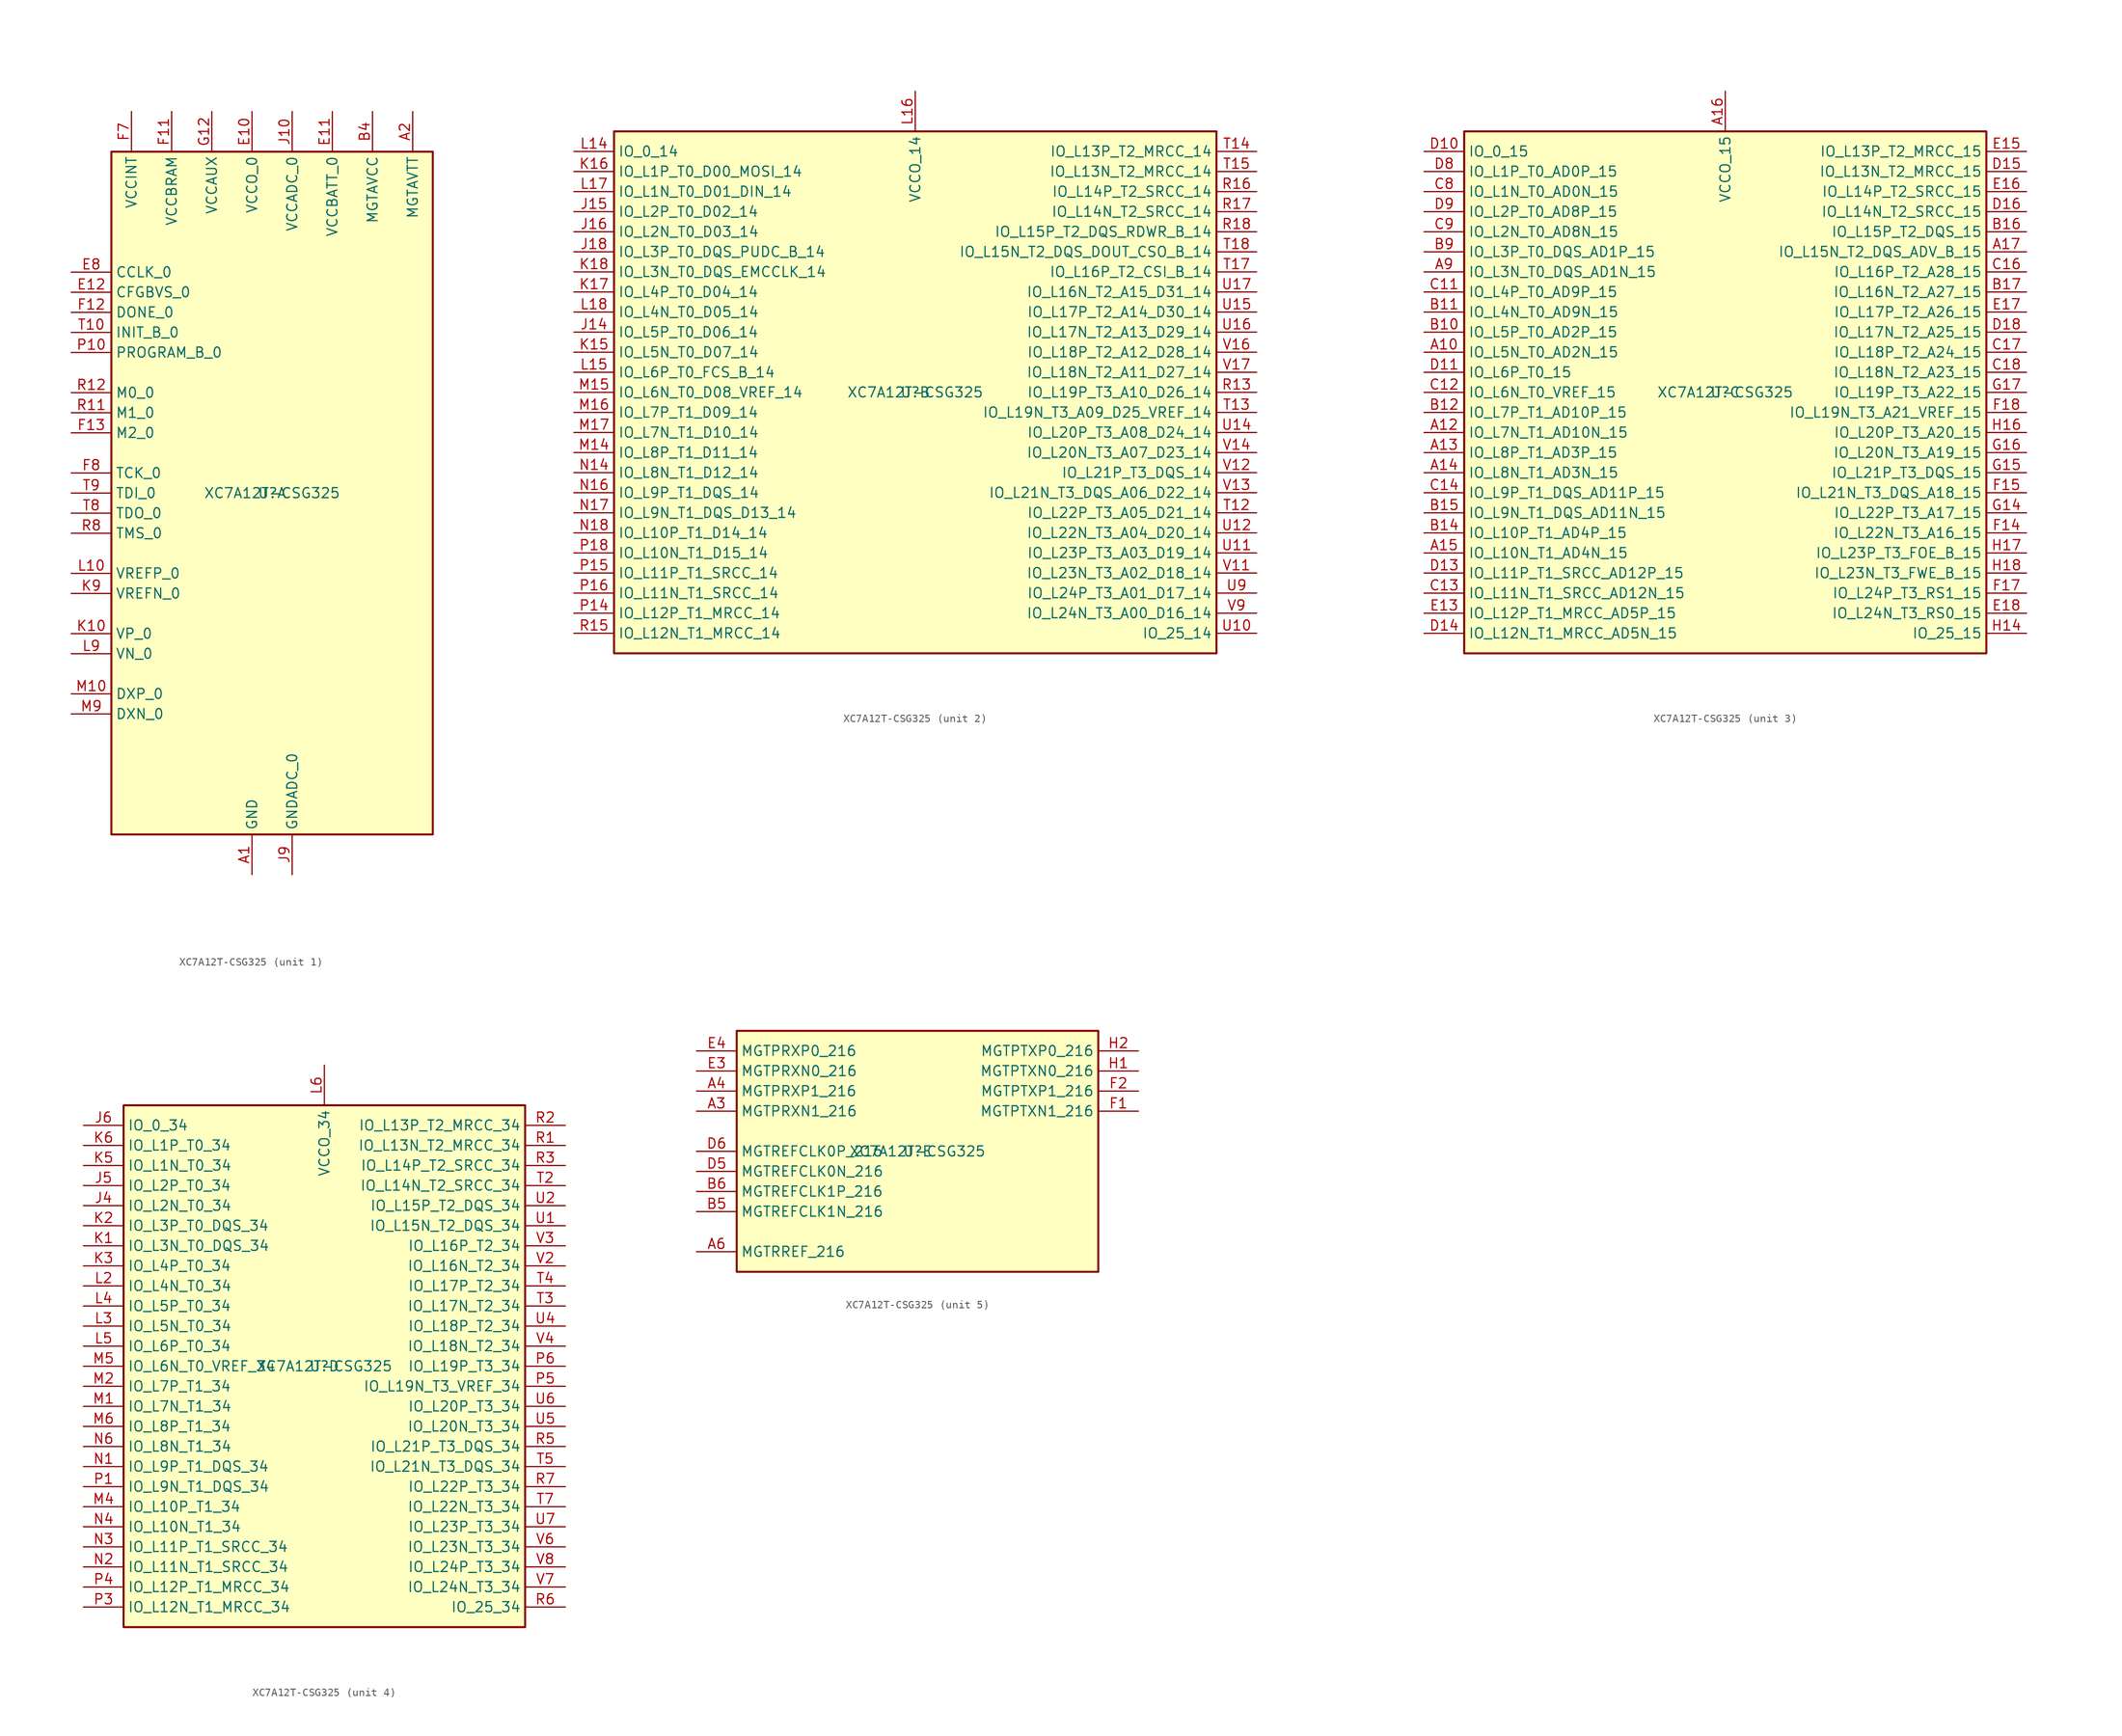
<source format=kicad_sym>
(kicad_symbol_lib
  (version 20211014)
  (generator kicad_symbol_editor)
  (symbol "XC7A12T-CSG325"
    (property "Reference" "U"
      (at 0 0 0)
      (effects (font (size 1.27 1.27))))
    (property "Value" "XC7A12T-CSG325"
      (at 0 0 0)
      (effects (font (size 1.27 1.27))))
    (property "ki_locked" ""
      (at 0 0 0)
      (effects (font (size 1.27 1.27))))
    (symbol "XC7A12T-CSG325_1_1"
      (rectangle (start -20.32 -43.18) (end 20.32 43.18) (stroke (width 0.254) (type default) (color 0 0 0 0)) (fill (type background)))
      (pin power_in line (at -2.54 -48.26 90) (length 5.08) (name "GND" (effects (font (size 1.27 1.27)))) (number "A1" (effects (font (size 1.27 1.27)))))
      (pin passive line (at -2.54 -48.26 90) (length 5.08) hide (name "GND" (effects (font (size 1.27 1.27)))) (number "A11" (effects (font (size 1.27 1.27)))))
      (pin passive line (at -2.54 -48.26 90) (length 5.08) hide (name "GND" (effects (font (size 1.27 1.27)))) (number "A18" (effects (font (size 1.27 1.27)))))
      (pin power_in line (at 17.78 48.26 270) (length 5.08) (name "MGTAVTT" (effects (font (size 1.27 1.27)))) (number "A2" (effects (font (size 1.27 1.27)))))
      (pin passive line (at -2.54 -48.26 90) (length 5.08) hide (name "GND" (effects (font (size 1.27 1.27)))) (number "A5" (effects (font (size 1.27 1.27)))))
      (pin passive line (at -2.54 -48.26 90) (length 5.08) hide (name "GND" (effects (font (size 1.27 1.27)))) (number "A7" (effects (font (size 1.27 1.27)))))
      (pin passive line (at -2.54 -48.26 90) (length 5.08) hide (name "GND" (effects (font (size 1.27 1.27)))) (number "A8" (effects (font (size 1.27 1.27)))))
      (pin passive line (at -2.54 -48.26 90) (length 5.08) hide (name "GND" (effects (font (size 1.27 1.27)))) (number "B18" (effects (font (size 1.27 1.27)))))
      (pin passive line (at -2.54 -48.26 90) (length 5.08) hide (name "GND" (effects (font (size 1.27 1.27)))) (number "B3" (effects (font (size 1.27 1.27)))))
      (pin power_in line (at 12.7 48.26 270) (length 5.08) (name "MGTAVCC" (effects (font (size 1.27 1.27)))) (number "B4" (effects (font (size 1.27 1.27)))))
      (pin passive line (at -2.54 -48.26 90) (length 5.08) hide (name "GND" (effects (font (size 1.27 1.27)))) (number "B7" (effects (font (size 1.27 1.27)))))
      (pin passive line (at -2.54 -48.26 90) (length 5.08) hide (name "GND" (effects (font (size 1.27 1.27)))) (number "B8" (effects (font (size 1.27 1.27)))))
      (pin passive line (at 17.78 48.26 270) (length 5.08) hide (name "MGTAVTT" (effects (font (size 1.27 1.27)))) (number "C1" (effects (font (size 1.27 1.27)))))
      (pin passive line (at -2.54 -48.26 90) (length 5.08) hide (name "GND" (effects (font (size 1.27 1.27)))) (number "C15" (effects (font (size 1.27 1.27)))))
      (pin passive line (at -2.54 -48.26 90) (length 5.08) hide (name "GND" (effects (font (size 1.27 1.27)))) (number "C2" (effects (font (size 1.27 1.27)))))
      (pin passive line (at 12.7 48.26 270) (length 5.08) hide (name "MGTAVCC" (effects (font (size 1.27 1.27)))) (number "C5" (effects (font (size 1.27 1.27)))))
      (pin passive line (at -2.54 -48.26 90) (length 5.08) hide (name "GND" (effects (font (size 1.27 1.27)))) (number "C6" (effects (font (size 1.27 1.27)))))
      (pin passive line (at -2.54 -48.26 90) (length 5.08) hide (name "GND" (effects (font (size 1.27 1.27)))) (number "C7" (effects (font (size 1.27 1.27)))))
      (pin passive line (at -2.54 -48.26 90) (length 5.08) hide (name "GND" (effects (font (size 1.27 1.27)))) (number "D12" (effects (font (size 1.27 1.27)))))
      (pin passive line (at -2.54 -48.26 90) (length 5.08) hide (name "GND" (effects (font (size 1.27 1.27)))) (number "D3" (effects (font (size 1.27 1.27)))))
      (pin passive line (at -2.54 -48.26 90) (length 5.08) hide (name "GND" (effects (font (size 1.27 1.27)))) (number "D4" (effects (font (size 1.27 1.27)))))
      (pin passive line (at -2.54 -48.26 90) (length 5.08) hide (name "GND" (effects (font (size 1.27 1.27)))) (number "D7" (effects (font (size 1.27 1.27)))))
      (pin passive line (at 17.78 48.26 270) (length 5.08) hide (name "MGTAVTT" (effects (font (size 1.27 1.27)))) (number "E1" (effects (font (size 1.27 1.27)))))
      (pin power_in line (at -2.54 48.26 270) (length 5.08) (name "VCCO_0" (effects (font (size 1.27 1.27)))) (number "E10" (effects (font (size 1.27 1.27)))))
      (pin power_in line (at 7.62 48.26 270) (length 5.08) (name "VCCBATT_0" (effects (font (size 1.27 1.27)))) (number "E11" (effects (font (size 1.27 1.27)))))
      (pin input line (at -25.4 25.4 0) (length 5.08) (name "CFGBVS_0" (effects (font (size 1.27 1.27)))) (number "E12" (effects (font (size 1.27 1.27)))))
      (pin passive line (at -2.54 -48.26 90) (length 5.08) hide (name "GND" (effects (font (size 1.27 1.27)))) (number "E2" (effects (font (size 1.27 1.27)))))
      (pin passive line (at 12.7 48.26 270) (length 5.08) hide (name "MGTAVCC" (effects (font (size 1.27 1.27)))) (number "E5" (effects (font (size 1.27 1.27)))))
      (pin passive line (at -2.54 -48.26 90) (length 5.08) hide (name "GND" (effects (font (size 1.27 1.27)))) (number "E6" (effects (font (size 1.27 1.27)))))
      (pin passive line (at -2.54 -48.26 90) (length 5.08) hide (name "GND" (effects (font (size 1.27 1.27)))) (number "E7" (effects (font (size 1.27 1.27)))))
      (pin bidirectional line (at -25.4 27.94 0) (length 5.08) (name "CCLK_0" (effects (font (size 1.27 1.27)))) (number "E8" (effects (font (size 1.27 1.27)))))
      (pin passive line (at -2.54 -48.26 90) (length 5.08) hide (name "GND" (effects (font (size 1.27 1.27)))) (number "E9" (effects (font (size 1.27 1.27)))))
      (pin passive line (at -2.54 -48.26 90) (length 5.08) hide (name "GND" (effects (font (size 1.27 1.27)))) (number "F10" (effects (font (size 1.27 1.27)))))
      (pin power_in line (at -12.7 48.26 270) (length 5.08) (name "VCCBRAM" (effects (font (size 1.27 1.27)))) (number "F11" (effects (font (size 1.27 1.27)))))
      (pin bidirectional line (at -25.4 22.86 0) (length 5.08) (name "DONE_0" (effects (font (size 1.27 1.27)))) (number "F12" (effects (font (size 1.27 1.27)))))
      (pin input line (at -25.4 7.62 0) (length 5.08) (name "M2_0" (effects (font (size 1.27 1.27)))) (number "F13" (effects (font (size 1.27 1.27)))))
      (pin passive line (at -2.54 -48.26 90) (length 5.08) hide (name "GND" (effects (font (size 1.27 1.27)))) (number "F16" (effects (font (size 1.27 1.27)))))
      (pin passive line (at 17.78 48.26 270) (length 5.08) hide (name "MGTAVTT" (effects (font (size 1.27 1.27)))) (number "F3" (effects (font (size 1.27 1.27)))))
      (pin passive line (at -2.54 -48.26 90) (length 5.08) hide (name "GND" (effects (font (size 1.27 1.27)))) (number "F4" (effects (font (size 1.27 1.27)))))
      (pin passive line (at 12.7 48.26 270) (length 5.08) hide (name "MGTAVCC" (effects (font (size 1.27 1.27)))) (number "F5" (effects (font (size 1.27 1.27)))))
      (pin passive line (at -2.54 -48.26 90) (length 5.08) hide (name "GND" (effects (font (size 1.27 1.27)))) (number "F6" (effects (font (size 1.27 1.27)))))
      (pin power_in line (at -17.78 48.26 270) (length 5.08) (name "VCCINT" (effects (font (size 1.27 1.27)))) (number "F7" (effects (font (size 1.27 1.27)))))
      (pin input line (at -25.4 2.54 0) (length 5.08) (name "TCK_0" (effects (font (size 1.27 1.27)))) (number "F8" (effects (font (size 1.27 1.27)))))
      (pin passive line (at -17.78 48.26 270) (length 5.08) hide (name "VCCINT" (effects (font (size 1.27 1.27)))) (number "F9" (effects (font (size 1.27 1.27)))))
      (pin passive line (at -2.54 -48.26 90) (length 5.08) hide (name "GND" (effects (font (size 1.27 1.27)))) (number "G1" (effects (font (size 1.27 1.27)))))
      (pin passive line (at -12.7 48.26 270) (length 5.08) hide (name "VCCBRAM" (effects (font (size 1.27 1.27)))) (number "G10" (effects (font (size 1.27 1.27)))))
      (pin passive line (at -2.54 -48.26 90) (length 5.08) hide (name "GND" (effects (font (size 1.27 1.27)))) (number "G11" (effects (font (size 1.27 1.27)))))
      (pin power_in line (at -7.62 48.26 270) (length 5.08) (name "VCCAUX" (effects (font (size 1.27 1.27)))) (number "G12" (effects (font (size 1.27 1.27)))))
      (pin passive line (at -2.54 -48.26 90) (length 5.08) hide (name "GND" (effects (font (size 1.27 1.27)))) (number "G13" (effects (font (size 1.27 1.27)))))
      (pin passive line (at 17.78 48.26 270) (length 5.08) hide (name "MGTAVTT" (effects (font (size 1.27 1.27)))) (number "G2" (effects (font (size 1.27 1.27)))))
      (pin passive line (at -2.54 -48.26 90) (length 5.08) hide (name "GND" (effects (font (size 1.27 1.27)))) (number "G5" (effects (font (size 1.27 1.27)))))
      (pin passive line (at -2.54 -48.26 90) (length 5.08) hide (name "GND" (effects (font (size 1.27 1.27)))) (number "G6" (effects (font (size 1.27 1.27)))))
      (pin passive line (at -2.54 -48.26 90) (length 5.08) hide (name "GND" (effects (font (size 1.27 1.27)))) (number "G7" (effects (font (size 1.27 1.27)))))
      (pin passive line (at -17.78 48.26 270) (length 5.08) hide (name "VCCINT" (effects (font (size 1.27 1.27)))) (number "G8" (effects (font (size 1.27 1.27)))))
      (pin passive line (at -2.54 -48.26 90) (length 5.08) hide (name "GND" (effects (font (size 1.27 1.27)))) (number "G9" (effects (font (size 1.27 1.27)))))
      (pin passive line (at -2.54 -48.26 90) (length 5.08) hide (name "GND" (effects (font (size 1.27 1.27)))) (number "H10" (effects (font (size 1.27 1.27)))))
      (pin passive line (at -12.7 48.26 270) (length 5.08) hide (name "VCCBRAM" (effects (font (size 1.27 1.27)))) (number "H11" (effects (font (size 1.27 1.27)))))
      (pin passive line (at -2.54 -48.26 90) (length 5.08) hide (name "GND" (effects (font (size 1.27 1.27)))) (number "H12" (effects (font (size 1.27 1.27)))))
      (pin passive line (at -7.62 48.26 270) (length 5.08) hide (name "VCCAUX" (effects (font (size 1.27 1.27)))) (number "H13" (effects (font (size 1.27 1.27)))))
      (pin passive line (at -2.54 -48.26 90) (length 5.08) hide (name "GND" (effects (font (size 1.27 1.27)))) (number "H3" (effects (font (size 1.27 1.27)))))
      (pin passive line (at -2.54 -48.26 90) (length 5.08) hide (name "GND" (effects (font (size 1.27 1.27)))) (number "H4" (effects (font (size 1.27 1.27)))))
      (pin passive line (at -2.54 -48.26 90) (length 5.08) hide (name "GND" (effects (font (size 1.27 1.27)))) (number "H5" (effects (font (size 1.27 1.27)))))
      (pin passive line (at -2.54 -48.26 90) (length 5.08) hide (name "GND" (effects (font (size 1.27 1.27)))) (number "H6" (effects (font (size 1.27 1.27)))))
      (pin passive line (at -17.78 48.26 270) (length 5.08) hide (name "VCCINT" (effects (font (size 1.27 1.27)))) (number "H7" (effects (font (size 1.27 1.27)))))
      (pin passive line (at -2.54 -48.26 90) (length 5.08) hide (name "GND" (effects (font (size 1.27 1.27)))) (number "H8" (effects (font (size 1.27 1.27)))))
      (pin passive line (at -17.78 48.26 270) (length 5.08) hide (name "VCCINT" (effects (font (size 1.27 1.27)))) (number "H9" (effects (font (size 1.27 1.27)))))
      (pin passive line (at -2.54 -48.26 90) (length 5.08) hide (name "GND" (effects (font (size 1.27 1.27)))) (number "J1" (effects (font (size 1.27 1.27)))))
      (pin power_in line (at 2.54 48.26 270) (length 5.08) (name "VCCADC_0" (effects (font (size 1.27 1.27)))) (number "J10" (effects (font (size 1.27 1.27)))))
      (pin passive line (at -2.54 -48.26 90) (length 5.08) hide (name "GND" (effects (font (size 1.27 1.27)))) (number "J11" (effects (font (size 1.27 1.27)))))
      (pin passive line (at -17.78 48.26 270) (length 5.08) hide (name "VCCINT" (effects (font (size 1.27 1.27)))) (number "J12" (effects (font (size 1.27 1.27)))))
      (pin passive line (at -2.54 -48.26 90) (length 5.08) hide (name "GND" (effects (font (size 1.27 1.27)))) (number "J13" (effects (font (size 1.27 1.27)))))
      (pin passive line (at -2.54 -48.26 90) (length 5.08) hide (name "GND" (effects (font (size 1.27 1.27)))) (number "J17" (effects (font (size 1.27 1.27)))))
      (pin passive line (at -2.54 -48.26 90) (length 5.08) hide (name "GND" (effects (font (size 1.27 1.27)))) (number "J2" (effects (font (size 1.27 1.27)))))
      (pin passive line (at -2.54 -48.26 90) (length 5.08) hide (name "GND" (effects (font (size 1.27 1.27)))) (number "J3" (effects (font (size 1.27 1.27)))))
      (pin passive line (at -2.54 -48.26 90) (length 5.08) hide (name "GND" (effects (font (size 1.27 1.27)))) (number "J7" (effects (font (size 1.27 1.27)))))
      (pin passive line (at -17.78 48.26 270) (length 5.08) hide (name "VCCINT" (effects (font (size 1.27 1.27)))) (number "J8" (effects (font (size 1.27 1.27)))))
      (pin power_in line (at 2.54 -48.26 90) (length 5.08) (name "GNDADC_0" (effects (font (size 1.27 1.27)))) (number "J9" (effects (font (size 1.27 1.27)))))
      (pin input line (at -25.4 -17.78 0) (length 5.08) (name "VP_0" (effects (font (size 1.27 1.27)))) (number "K10" (effects (font (size 1.27 1.27)))))
      (pin passive line (at -17.78 48.26 270) (length 5.08) hide (name "VCCINT" (effects (font (size 1.27 1.27)))) (number "K11" (effects (font (size 1.27 1.27)))))
      (pin passive line (at -2.54 -48.26 90) (length 5.08) hide (name "GND" (effects (font (size 1.27 1.27)))) (number "K12" (effects (font (size 1.27 1.27)))))
      (pin passive line (at -7.62 48.26 270) (length 5.08) hide (name "VCCAUX" (effects (font (size 1.27 1.27)))) (number "K13" (effects (font (size 1.27 1.27)))))
      (pin passive line (at -2.54 -48.26 90) (length 5.08) hide (name "GND" (effects (font (size 1.27 1.27)))) (number "K14" (effects (font (size 1.27 1.27)))))
      (pin passive line (at -2.54 -48.26 90) (length 5.08) hide (name "GND" (effects (font (size 1.27 1.27)))) (number "K4" (effects (font (size 1.27 1.27)))))
      (pin passive line (at -17.78 48.26 270) (length 5.08) hide (name "VCCINT" (effects (font (size 1.27 1.27)))) (number "K7" (effects (font (size 1.27 1.27)))))
      (pin passive line (at -2.54 -48.26 90) (length 5.08) hide (name "GND" (effects (font (size 1.27 1.27)))) (number "K8" (effects (font (size 1.27 1.27)))))
      (pin passive line (at -25.4 -12.7 0) (length 5.08) (name "VREFN_0" (effects (font (size 1.27 1.27)))) (number "K9" (effects (font (size 1.27 1.27)))))
      (pin passive line (at -2.54 -48.26 90) (length 5.08) hide (name "GND" (effects (font (size 1.27 1.27)))) (number "L1" (effects (font (size 1.27 1.27)))))
      (pin passive line (at -25.4 -10.16 0) (length 5.08) (name "VREFP_0" (effects (font (size 1.27 1.27)))) (number "L10" (effects (font (size 1.27 1.27)))))
      (pin passive line (at -2.54 -48.26 90) (length 5.08) hide (name "GND" (effects (font (size 1.27 1.27)))) (number "L11" (effects (font (size 1.27 1.27)))))
      (pin passive line (at -17.78 48.26 270) (length 5.08) hide (name "VCCINT" (effects (font (size 1.27 1.27)))) (number "L12" (effects (font (size 1.27 1.27)))))
      (pin passive line (at -2.54 -48.26 90) (length 5.08) hide (name "GND" (effects (font (size 1.27 1.27)))) (number "L13" (effects (font (size 1.27 1.27)))))
      (pin passive line (at -2.54 -48.26 90) (length 5.08) hide (name "GND" (effects (font (size 1.27 1.27)))) (number "L7" (effects (font (size 1.27 1.27)))))
      (pin passive line (at -17.78 48.26 270) (length 5.08) hide (name "VCCINT" (effects (font (size 1.27 1.27)))) (number "L8" (effects (font (size 1.27 1.27)))))
      (pin input line (at -25.4 -20.32 0) (length 5.08) (name "VN_0" (effects (font (size 1.27 1.27)))) (number "L9" (effects (font (size 1.27 1.27)))))
      (pin passive line (at -25.4 -25.4 0) (length 5.08) (name "DXP_0" (effects (font (size 1.27 1.27)))) (number "M10" (effects (font (size 1.27 1.27)))))
      (pin passive line (at -17.78 48.26 270) (length 5.08) hide (name "VCCINT" (effects (font (size 1.27 1.27)))) (number "M11" (effects (font (size 1.27 1.27)))))
      (pin passive line (at -2.54 -48.26 90) (length 5.08) hide (name "GND" (effects (font (size 1.27 1.27)))) (number "M12" (effects (font (size 1.27 1.27)))))
      (pin passive line (at -7.62 48.26 270) (length 5.08) hide (name "VCCAUX" (effects (font (size 1.27 1.27)))) (number "M13" (effects (font (size 1.27 1.27)))))
      (pin passive line (at -2.54 -48.26 90) (length 5.08) hide (name "GND" (effects (font (size 1.27 1.27)))) (number "M18" (effects (font (size 1.27 1.27)))))
      (pin passive line (at -17.78 48.26 270) (length 5.08) hide (name "VCCINT" (effects (font (size 1.27 1.27)))) (number "M7" (effects (font (size 1.27 1.27)))))
      (pin passive line (at -2.54 -48.26 90) (length 5.08) hide (name "GND" (effects (font (size 1.27 1.27)))) (number "M8" (effects (font (size 1.27 1.27)))))
      (pin passive line (at -25.4 -27.94 0) (length 5.08) (name "DXN_0" (effects (font (size 1.27 1.27)))) (number "M9" (effects (font (size 1.27 1.27)))))
      (pin passive line (at -17.78 48.26 270) (length 5.08) hide (name "VCCINT" (effects (font (size 1.27 1.27)))) (number "N10" (effects (font (size 1.27 1.27)))))
      (pin passive line (at -2.54 -48.26 90) (length 5.08) hide (name "GND" (effects (font (size 1.27 1.27)))) (number "N11" (effects (font (size 1.27 1.27)))))
      (pin passive line (at -17.78 48.26 270) (length 5.08) hide (name "VCCINT" (effects (font (size 1.27 1.27)))) (number "N12" (effects (font (size 1.27 1.27)))))
      (pin passive line (at -2.54 -48.26 90) (length 5.08) hide (name "GND" (effects (font (size 1.27 1.27)))) (number "N13" (effects (font (size 1.27 1.27)))))
      (pin passive line (at -2.54 -48.26 90) (length 5.08) hide (name "GND" (effects (font (size 1.27 1.27)))) (number "N15" (effects (font (size 1.27 1.27)))))
      (pin passive line (at -2.54 -48.26 90) (length 5.08) hide (name "GND" (effects (font (size 1.27 1.27)))) (number "N5" (effects (font (size 1.27 1.27)))))
      (pin passive line (at -2.54 -48.26 90) (length 5.08) hide (name "GND" (effects (font (size 1.27 1.27)))) (number "N7" (effects (font (size 1.27 1.27)))))
      (pin passive line (at -17.78 48.26 270) (length 5.08) hide (name "VCCINT" (effects (font (size 1.27 1.27)))) (number "N8" (effects (font (size 1.27 1.27)))))
      (pin passive line (at -2.54 -48.26 90) (length 5.08) hide (name "GND" (effects (font (size 1.27 1.27)))) (number "N9" (effects (font (size 1.27 1.27)))))
      (pin input line (at -25.4 17.78 0) (length 5.08) (name "PROGRAM_B_0" (effects (font (size 1.27 1.27)))) (number "P10" (effects (font (size 1.27 1.27)))))
      (pin passive line (at -17.78 48.26 270) (length 5.08) hide (name "VCCINT" (effects (font (size 1.27 1.27)))) (number "P11" (effects (font (size 1.27 1.27)))))
      (pin passive line (at -2.54 -48.26 90) (length 5.08) hide (name "GND" (effects (font (size 1.27 1.27)))) (number "P12" (effects (font (size 1.27 1.27)))))
      (pin passive line (at -7.62 48.26 270) (length 5.08) hide (name "VCCAUX" (effects (font (size 1.27 1.27)))) (number "P13" (effects (font (size 1.27 1.27)))))
      (pin passive line (at -2.54 -48.26 90) (length 5.08) hide (name "GND" (effects (font (size 1.27 1.27)))) (number "P2" (effects (font (size 1.27 1.27)))))
      (pin passive line (at -2.54 -48.26 90) (length 5.08) hide (name "GND" (effects (font (size 1.27 1.27)))) (number "P8" (effects (font (size 1.27 1.27)))))
      (pin passive line (at -17.78 48.26 270) (length 5.08) hide (name "VCCINT" (effects (font (size 1.27 1.27)))) (number "P9" (effects (font (size 1.27 1.27)))))
      (pin passive line (at -2.54 48.26 270) (length 5.08) hide (name "VCCO_0" (effects (font (size 1.27 1.27)))) (number "R10" (effects (font (size 1.27 1.27)))))
      (pin input line (at -25.4 10.16 0) (length 5.08) (name "M1_0" (effects (font (size 1.27 1.27)))) (number "R11" (effects (font (size 1.27 1.27)))))
      (pin input line (at -25.4 12.7 0) (length 5.08) (name "M0_0" (effects (font (size 1.27 1.27)))) (number "R12" (effects (font (size 1.27 1.27)))))
      (pin input line (at -25.4 -5.08 0) (length 5.08) (name "TMS_0" (effects (font (size 1.27 1.27)))) (number "R8" (effects (font (size 1.27 1.27)))))
      (pin passive line (at -2.54 -48.26 90) (length 5.08) hide (name "GND" (effects (font (size 1.27 1.27)))) (number "R9" (effects (font (size 1.27 1.27)))))
      (pin open_collector line (at -25.4 20.32 0) (length 5.08) (name "INIT_B_0" (effects (font (size 1.27 1.27)))) (number "T10" (effects (font (size 1.27 1.27)))))
      (pin passive line (at -2.54 -48.26 90) (length 5.08) hide (name "GND" (effects (font (size 1.27 1.27)))) (number "T16" (effects (font (size 1.27 1.27)))))
      (pin passive line (at -2.54 -48.26 90) (length 5.08) hide (name "GND" (effects (font (size 1.27 1.27)))) (number "T6" (effects (font (size 1.27 1.27)))))
      (pin output line (at -25.4 -2.54 0) (length 5.08) (name "TDO_0" (effects (font (size 1.27 1.27)))) (number "T8" (effects (font (size 1.27 1.27)))))
      (pin input line (at -25.4 0 0) (length 5.08) (name "TDI_0" (effects (font (size 1.27 1.27)))) (number "T9" (effects (font (size 1.27 1.27)))))
      (pin passive line (at -2.54 -48.26 90) (length 5.08) hide (name "GND" (effects (font (size 1.27 1.27)))) (number "U13" (effects (font (size 1.27 1.27)))))
      (pin passive line (at -2.54 -48.26 90) (length 5.08) hide (name "GND" (effects (font (size 1.27 1.27)))) (number "U3" (effects (font (size 1.27 1.27)))))
      (pin passive line (at -2.54 -48.26 90) (length 5.08) hide (name "GND" (effects (font (size 1.27 1.27)))) (number "V1" (effects (font (size 1.27 1.27)))))
      (pin passive line (at -2.54 -48.26 90) (length 5.08) hide (name "GND" (effects (font (size 1.27 1.27)))) (number "V10" (effects (font (size 1.27 1.27)))))
      (pin passive line (at -2.54 -48.26 90) (length 5.08) hide (name "GND" (effects (font (size 1.27 1.27)))) (number "V18" (effects (font (size 1.27 1.27))))))
    (symbol "XC7A12T-CSG325_2_1"
      (rectangle (start -38.1 -33.02) (end 38.1 33.02) (stroke (width 0.254) (type default) (color 0 0 0 0)) (fill (type background)))
      (pin bidirectional line (at -43.18 7.62 0) (length 5.08) (name "IO_L5P_T0_D06_14" (effects (font (size 1.27 1.27)))) (number "J14" (effects (font (size 1.27 1.27)))))
      (pin bidirectional line (at -43.18 22.86 0) (length 5.08) (name "IO_L2P_T0_D02_14" (effects (font (size 1.27 1.27)))) (number "J15" (effects (font (size 1.27 1.27)))))
      (pin bidirectional line (at -43.18 20.32 0) (length 5.08) (name "IO_L2N_T0_D03_14" (effects (font (size 1.27 1.27)))) (number "J16" (effects (font (size 1.27 1.27)))))
      (pin bidirectional line (at -43.18 17.78 0) (length 5.08) (name "IO_L3P_T0_DQS_PUDC_B_14" (effects (font (size 1.27 1.27)))) (number "J18" (effects (font (size 1.27 1.27)))))
      (pin bidirectional line (at -43.18 5.08 0) (length 5.08) (name "IO_L5N_T0_D07_14" (effects (font (size 1.27 1.27)))) (number "K15" (effects (font (size 1.27 1.27)))))
      (pin bidirectional line (at -43.18 27.94 0) (length 5.08) (name "IO_L1P_T0_D00_MOSI_14" (effects (font (size 1.27 1.27)))) (number "K16" (effects (font (size 1.27 1.27)))))
      (pin bidirectional line (at -43.18 12.7 0) (length 5.08) (name "IO_L4P_T0_D04_14" (effects (font (size 1.27 1.27)))) (number "K17" (effects (font (size 1.27 1.27)))))
      (pin bidirectional line (at -43.18 15.24 0) (length 5.08) (name "IO_L3N_T0_DQS_EMCCLK_14" (effects (font (size 1.27 1.27)))) (number "K18" (effects (font (size 1.27 1.27)))))
      (pin bidirectional line (at -43.18 30.48 0) (length 5.08) (name "IO_0_14" (effects (font (size 1.27 1.27)))) (number "L14" (effects (font (size 1.27 1.27)))))
      (pin bidirectional line (at -43.18 2.54 0) (length 5.08) (name "IO_L6P_T0_FCS_B_14" (effects (font (size 1.27 1.27)))) (number "L15" (effects (font (size 1.27 1.27)))))
      (pin power_in line (at 0 38.1 270) (length 5.08) (name "VCCO_14" (effects (font (size 1.27 1.27)))) (number "L16" (effects (font (size 1.27 1.27)))))
      (pin bidirectional line (at -43.18 25.4 0) (length 5.08) (name "IO_L1N_T0_D01_DIN_14" (effects (font (size 1.27 1.27)))) (number "L17" (effects (font (size 1.27 1.27)))))
      (pin bidirectional line (at -43.18 10.16 0) (length 5.08) (name "IO_L4N_T0_D05_14" (effects (font (size 1.27 1.27)))) (number "L18" (effects (font (size 1.27 1.27)))))
      (pin bidirectional line (at -43.18 -7.62 0) (length 5.08) (name "IO_L8P_T1_D11_14" (effects (font (size 1.27 1.27)))) (number "M14" (effects (font (size 1.27 1.27)))))
      (pin bidirectional line (at -43.18 0 0) (length 5.08) (name "IO_L6N_T0_D08_VREF_14" (effects (font (size 1.27 1.27)))) (number "M15" (effects (font (size 1.27 1.27)))))
      (pin bidirectional line (at -43.18 -2.54 0) (length 5.08) (name "IO_L7P_T1_D09_14" (effects (font (size 1.27 1.27)))) (number "M16" (effects (font (size 1.27 1.27)))))
      (pin bidirectional line (at -43.18 -5.08 0) (length 5.08) (name "IO_L7N_T1_D10_14" (effects (font (size 1.27 1.27)))) (number "M17" (effects (font (size 1.27 1.27)))))
      (pin bidirectional line (at -43.18 -10.16 0) (length 5.08) (name "IO_L8N_T1_D12_14" (effects (font (size 1.27 1.27)))) (number "N14" (effects (font (size 1.27 1.27)))))
      (pin bidirectional line (at -43.18 -12.7 0) (length 5.08) (name "IO_L9P_T1_DQS_14" (effects (font (size 1.27 1.27)))) (number "N16" (effects (font (size 1.27 1.27)))))
      (pin bidirectional line (at -43.18 -15.24 0) (length 5.08) (name "IO_L9N_T1_DQS_D13_14" (effects (font (size 1.27 1.27)))) (number "N17" (effects (font (size 1.27 1.27)))))
      (pin bidirectional line (at -43.18 -17.78 0) (length 5.08) (name "IO_L10P_T1_D14_14" (effects (font (size 1.27 1.27)))) (number "N18" (effects (font (size 1.27 1.27)))))
      (pin bidirectional line (at -43.18 -27.94 0) (length 5.08) (name "IO_L12P_T1_MRCC_14" (effects (font (size 1.27 1.27)))) (number "P14" (effects (font (size 1.27 1.27)))))
      (pin bidirectional line (at -43.18 -22.86 0) (length 5.08) (name "IO_L11P_T1_SRCC_14" (effects (font (size 1.27 1.27)))) (number "P15" (effects (font (size 1.27 1.27)))))
      (pin bidirectional line (at -43.18 -25.4 0) (length 5.08) (name "IO_L11N_T1_SRCC_14" (effects (font (size 1.27 1.27)))) (number "P16" (effects (font (size 1.27 1.27)))))
      (pin passive line (at 0 38.1 270) (length 5.08) hide (name "VCCO_14" (effects (font (size 1.27 1.27)))) (number "P17" (effects (font (size 1.27 1.27)))))
      (pin bidirectional line (at -43.18 -20.32 0) (length 5.08) (name "IO_L10N_T1_D15_14" (effects (font (size 1.27 1.27)))) (number "P18" (effects (font (size 1.27 1.27)))))
      (pin bidirectional line (at 43.18 0 180) (length 5.08) (name "IO_L19P_T3_A10_D26_14" (effects (font (size 1.27 1.27)))) (number "R13" (effects (font (size 1.27 1.27)))))
      (pin passive line (at 0 38.1 270) (length 5.08) hide (name "VCCO_14" (effects (font (size 1.27 1.27)))) (number "R14" (effects (font (size 1.27 1.27)))))
      (pin bidirectional line (at -43.18 -30.48 0) (length 5.08) (name "IO_L12N_T1_MRCC_14" (effects (font (size 1.27 1.27)))) (number "R15" (effects (font (size 1.27 1.27)))))
      (pin bidirectional line (at 43.18 25.4 180) (length 5.08) (name "IO_L14P_T2_SRCC_14" (effects (font (size 1.27 1.27)))) (number "R16" (effects (font (size 1.27 1.27)))))
      (pin bidirectional line (at 43.18 22.86 180) (length 5.08) (name "IO_L14N_T2_SRCC_14" (effects (font (size 1.27 1.27)))) (number "R17" (effects (font (size 1.27 1.27)))))
      (pin bidirectional line (at 43.18 20.32 180) (length 5.08) (name "IO_L15P_T2_DQS_RDWR_B_14" (effects (font (size 1.27 1.27)))) (number "R18" (effects (font (size 1.27 1.27)))))
      (pin passive line (at 0 38.1 270) (length 5.08) hide (name "VCCO_14" (effects (font (size 1.27 1.27)))) (number "T11" (effects (font (size 1.27 1.27)))))
      (pin bidirectional line (at 43.18 -15.24 180) (length 5.08) (name "IO_L22P_T3_A05_D21_14" (effects (font (size 1.27 1.27)))) (number "T12" (effects (font (size 1.27 1.27)))))
      (pin bidirectional line (at 43.18 -2.54 180) (length 5.08) (name "IO_L19N_T3_A09_D25_VREF_14" (effects (font (size 1.27 1.27)))) (number "T13" (effects (font (size 1.27 1.27)))))
      (pin bidirectional line (at 43.18 30.48 180) (length 5.08) (name "IO_L13P_T2_MRCC_14" (effects (font (size 1.27 1.27)))) (number "T14" (effects (font (size 1.27 1.27)))))
      (pin bidirectional line (at 43.18 27.94 180) (length 5.08) (name "IO_L13N_T2_MRCC_14" (effects (font (size 1.27 1.27)))) (number "T15" (effects (font (size 1.27 1.27)))))
      (pin bidirectional line (at 43.18 15.24 180) (length 5.08) (name "IO_L16P_T2_CSI_B_14" (effects (font (size 1.27 1.27)))) (number "T17" (effects (font (size 1.27 1.27)))))
      (pin bidirectional line (at 43.18 17.78 180) (length 5.08) (name "IO_L15N_T2_DQS_DOUT_CSO_B_14" (effects (font (size 1.27 1.27)))) (number "T18" (effects (font (size 1.27 1.27)))))
      (pin bidirectional line (at 43.18 -30.48 180) (length 5.08) (name "IO_25_14" (effects (font (size 1.27 1.27)))) (number "U10" (effects (font (size 1.27 1.27)))))
      (pin bidirectional line (at 43.18 -20.32 180) (length 5.08) (name "IO_L23P_T3_A03_D19_14" (effects (font (size 1.27 1.27)))) (number "U11" (effects (font (size 1.27 1.27)))))
      (pin bidirectional line (at 43.18 -17.78 180) (length 5.08) (name "IO_L22N_T3_A04_D20_14" (effects (font (size 1.27 1.27)))) (number "U12" (effects (font (size 1.27 1.27)))))
      (pin bidirectional line (at 43.18 -5.08 180) (length 5.08) (name "IO_L20P_T3_A08_D24_14" (effects (font (size 1.27 1.27)))) (number "U14" (effects (font (size 1.27 1.27)))))
      (pin bidirectional line (at 43.18 10.16 180) (length 5.08) (name "IO_L17P_T2_A14_D30_14" (effects (font (size 1.27 1.27)))) (number "U15" (effects (font (size 1.27 1.27)))))
      (pin bidirectional line (at 43.18 7.62 180) (length 5.08) (name "IO_L17N_T2_A13_D29_14" (effects (font (size 1.27 1.27)))) (number "U16" (effects (font (size 1.27 1.27)))))
      (pin bidirectional line (at 43.18 12.7 180) (length 5.08) (name "IO_L16N_T2_A15_D31_14" (effects (font (size 1.27 1.27)))) (number "U17" (effects (font (size 1.27 1.27)))))
      (pin passive line (at 0 38.1 270) (length 5.08) hide (name "VCCO_14" (effects (font (size 1.27 1.27)))) (number "U18" (effects (font (size 1.27 1.27)))))
      (pin passive line (at 0 38.1 270) (length 5.08) hide (name "VCCO_14" (effects (font (size 1.27 1.27)))) (number "U8" (effects (font (size 1.27 1.27)))))
      (pin bidirectional line (at 43.18 -25.4 180) (length 5.08) (name "IO_L24P_T3_A01_D17_14" (effects (font (size 1.27 1.27)))) (number "U9" (effects (font (size 1.27 1.27)))))
      (pin bidirectional line (at 43.18 -22.86 180) (length 5.08) (name "IO_L23N_T3_A02_D18_14" (effects (font (size 1.27 1.27)))) (number "V11" (effects (font (size 1.27 1.27)))))
      (pin bidirectional line (at 43.18 -10.16 180) (length 5.08) (name "IO_L21P_T3_DQS_14" (effects (font (size 1.27 1.27)))) (number "V12" (effects (font (size 1.27 1.27)))))
      (pin bidirectional line (at 43.18 -12.7 180) (length 5.08) (name "IO_L21N_T3_DQS_A06_D22_14" (effects (font (size 1.27 1.27)))) (number "V13" (effects (font (size 1.27 1.27)))))
      (pin bidirectional line (at 43.18 -7.62 180) (length 5.08) (name "IO_L20N_T3_A07_D23_14" (effects (font (size 1.27 1.27)))) (number "V14" (effects (font (size 1.27 1.27)))))
      (pin passive line (at 0 38.1 270) (length 5.08) hide (name "VCCO_14" (effects (font (size 1.27 1.27)))) (number "V15" (effects (font (size 1.27 1.27)))))
      (pin bidirectional line (at 43.18 5.08 180) (length 5.08) (name "IO_L18P_T2_A12_D28_14" (effects (font (size 1.27 1.27)))) (number "V16" (effects (font (size 1.27 1.27)))))
      (pin bidirectional line (at 43.18 2.54 180) (length 5.08) (name "IO_L18N_T2_A11_D27_14" (effects (font (size 1.27 1.27)))) (number "V17" (effects (font (size 1.27 1.27)))))
      (pin bidirectional line (at 43.18 -27.94 180) (length 5.08) (name "IO_L24N_T3_A00_D16_14" (effects (font (size 1.27 1.27)))) (number "V9" (effects (font (size 1.27 1.27))))))
    (symbol "XC7A12T-CSG325_3_1"
      (rectangle (start -33.02 -33.02) (end 33.02 33.02) (stroke (width 0.254) (type default) (color 0 0 0 0)) (fill (type background)))
      (pin bidirectional line (at -38.1 5.08 0) (length 5.08) (name "IO_L5N_T0_AD2N_15" (effects (font (size 1.27 1.27)))) (number "A10" (effects (font (size 1.27 1.27)))))
      (pin bidirectional line (at -38.1 -5.08 0) (length 5.08) (name "IO_L7N_T1_AD10N_15" (effects (font (size 1.27 1.27)))) (number "A12" (effects (font (size 1.27 1.27)))))
      (pin bidirectional line (at -38.1 -7.62 0) (length 5.08) (name "IO_L8P_T1_AD3P_15" (effects (font (size 1.27 1.27)))) (number "A13" (effects (font (size 1.27 1.27)))))
      (pin bidirectional line (at -38.1 -10.16 0) (length 5.08) (name "IO_L8N_T1_AD3N_15" (effects (font (size 1.27 1.27)))) (number "A14" (effects (font (size 1.27 1.27)))))
      (pin bidirectional line (at -38.1 -20.32 0) (length 5.08) (name "IO_L10N_T1_AD4N_15" (effects (font (size 1.27 1.27)))) (number "A15" (effects (font (size 1.27 1.27)))))
      (pin power_in line (at 0 38.1 270) (length 5.08) (name "VCCO_15" (effects (font (size 1.27 1.27)))) (number "A16" (effects (font (size 1.27 1.27)))))
      (pin bidirectional line (at 38.1 17.78 180) (length 5.08) (name "IO_L15N_T2_DQS_ADV_B_15" (effects (font (size 1.27 1.27)))) (number "A17" (effects (font (size 1.27 1.27)))))
      (pin bidirectional line (at -38.1 15.24 0) (length 5.08) (name "IO_L3N_T0_DQS_AD1N_15" (effects (font (size 1.27 1.27)))) (number "A9" (effects (font (size 1.27 1.27)))))
      (pin bidirectional line (at -38.1 7.62 0) (length 5.08) (name "IO_L5P_T0_AD2P_15" (effects (font (size 1.27 1.27)))) (number "B10" (effects (font (size 1.27 1.27)))))
      (pin bidirectional line (at -38.1 10.16 0) (length 5.08) (name "IO_L4N_T0_AD9N_15" (effects (font (size 1.27 1.27)))) (number "B11" (effects (font (size 1.27 1.27)))))
      (pin bidirectional line (at -38.1 -2.54 0) (length 5.08) (name "IO_L7P_T1_AD10P_15" (effects (font (size 1.27 1.27)))) (number "B12" (effects (font (size 1.27 1.27)))))
      (pin passive line (at 0 38.1 270) (length 5.08) hide (name "VCCO_15" (effects (font (size 1.27 1.27)))) (number "B13" (effects (font (size 1.27 1.27)))))
      (pin bidirectional line (at -38.1 -17.78 0) (length 5.08) (name "IO_L10P_T1_AD4P_15" (effects (font (size 1.27 1.27)))) (number "B14" (effects (font (size 1.27 1.27)))))
      (pin bidirectional line (at -38.1 -15.24 0) (length 5.08) (name "IO_L9N_T1_DQS_AD11N_15" (effects (font (size 1.27 1.27)))) (number "B15" (effects (font (size 1.27 1.27)))))
      (pin bidirectional line (at 38.1 20.32 180) (length 5.08) (name "IO_L15P_T2_DQS_15" (effects (font (size 1.27 1.27)))) (number "B16" (effects (font (size 1.27 1.27)))))
      (pin bidirectional line (at 38.1 12.7 180) (length 5.08) (name "IO_L16N_T2_A27_15" (effects (font (size 1.27 1.27)))) (number "B17" (effects (font (size 1.27 1.27)))))
      (pin bidirectional line (at -38.1 17.78 0) (length 5.08) (name "IO_L3P_T0_DQS_AD1P_15" (effects (font (size 1.27 1.27)))) (number "B9" (effects (font (size 1.27 1.27)))))
      (pin passive line (at 0 38.1 270) (length 5.08) hide (name "VCCO_15" (effects (font (size 1.27 1.27)))) (number "C10" (effects (font (size 1.27 1.27)))))
      (pin bidirectional line (at -38.1 12.7 0) (length 5.08) (name "IO_L4P_T0_AD9P_15" (effects (font (size 1.27 1.27)))) (number "C11" (effects (font (size 1.27 1.27)))))
      (pin bidirectional line (at -38.1 0 0) (length 5.08) (name "IO_L6N_T0_VREF_15" (effects (font (size 1.27 1.27)))) (number "C12" (effects (font (size 1.27 1.27)))))
      (pin bidirectional line (at -38.1 -25.4 0) (length 5.08) (name "IO_L11N_T1_SRCC_AD12N_15" (effects (font (size 1.27 1.27)))) (number "C13" (effects (font (size 1.27 1.27)))))
      (pin bidirectional line (at -38.1 -12.7 0) (length 5.08) (name "IO_L9P_T1_DQS_AD11P_15" (effects (font (size 1.27 1.27)))) (number "C14" (effects (font (size 1.27 1.27)))))
      (pin bidirectional line (at 38.1 15.24 180) (length 5.08) (name "IO_L16P_T2_A28_15" (effects (font (size 1.27 1.27)))) (number "C16" (effects (font (size 1.27 1.27)))))
      (pin bidirectional line (at 38.1 5.08 180) (length 5.08) (name "IO_L18P_T2_A24_15" (effects (font (size 1.27 1.27)))) (number "C17" (effects (font (size 1.27 1.27)))))
      (pin bidirectional line (at 38.1 2.54 180) (length 5.08) (name "IO_L18N_T2_A23_15" (effects (font (size 1.27 1.27)))) (number "C18" (effects (font (size 1.27 1.27)))))
      (pin bidirectional line (at -38.1 25.4 0) (length 5.08) (name "IO_L1N_T0_AD0N_15" (effects (font (size 1.27 1.27)))) (number "C8" (effects (font (size 1.27 1.27)))))
      (pin bidirectional line (at -38.1 20.32 0) (length 5.08) (name "IO_L2N_T0_AD8N_15" (effects (font (size 1.27 1.27)))) (number "C9" (effects (font (size 1.27 1.27)))))
      (pin bidirectional line (at -38.1 30.48 0) (length 5.08) (name "IO_0_15" (effects (font (size 1.27 1.27)))) (number "D10" (effects (font (size 1.27 1.27)))))
      (pin bidirectional line (at -38.1 2.54 0) (length 5.08) (name "IO_L6P_T0_15" (effects (font (size 1.27 1.27)))) (number "D11" (effects (font (size 1.27 1.27)))))
      (pin bidirectional line (at -38.1 -22.86 0) (length 5.08) (name "IO_L11P_T1_SRCC_AD12P_15" (effects (font (size 1.27 1.27)))) (number "D13" (effects (font (size 1.27 1.27)))))
      (pin bidirectional line (at -38.1 -30.48 0) (length 5.08) (name "IO_L12N_T1_MRCC_AD5N_15" (effects (font (size 1.27 1.27)))) (number "D14" (effects (font (size 1.27 1.27)))))
      (pin bidirectional line (at 38.1 27.94 180) (length 5.08) (name "IO_L13N_T2_MRCC_15" (effects (font (size 1.27 1.27)))) (number "D15" (effects (font (size 1.27 1.27)))))
      (pin bidirectional line (at 38.1 22.86 180) (length 5.08) (name "IO_L14N_T2_SRCC_15" (effects (font (size 1.27 1.27)))) (number "D16" (effects (font (size 1.27 1.27)))))
      (pin passive line (at 0 38.1 270) (length 5.08) hide (name "VCCO_15" (effects (font (size 1.27 1.27)))) (number "D17" (effects (font (size 1.27 1.27)))))
      (pin bidirectional line (at 38.1 7.62 180) (length 5.08) (name "IO_L17N_T2_A25_15" (effects (font (size 1.27 1.27)))) (number "D18" (effects (font (size 1.27 1.27)))))
      (pin bidirectional line (at -38.1 27.94 0) (length 5.08) (name "IO_L1P_T0_AD0P_15" (effects (font (size 1.27 1.27)))) (number "D8" (effects (font (size 1.27 1.27)))))
      (pin bidirectional line (at -38.1 22.86 0) (length 5.08) (name "IO_L2P_T0_AD8P_15" (effects (font (size 1.27 1.27)))) (number "D9" (effects (font (size 1.27 1.27)))))
      (pin bidirectional line (at -38.1 -27.94 0) (length 5.08) (name "IO_L12P_T1_MRCC_AD5P_15" (effects (font (size 1.27 1.27)))) (number "E13" (effects (font (size 1.27 1.27)))))
      (pin passive line (at 0 38.1 270) (length 5.08) hide (name "VCCO_15" (effects (font (size 1.27 1.27)))) (number "E14" (effects (font (size 1.27 1.27)))))
      (pin bidirectional line (at 38.1 30.48 180) (length 5.08) (name "IO_L13P_T2_MRCC_15" (effects (font (size 1.27 1.27)))) (number "E15" (effects (font (size 1.27 1.27)))))
      (pin bidirectional line (at 38.1 25.4 180) (length 5.08) (name "IO_L14P_T2_SRCC_15" (effects (font (size 1.27 1.27)))) (number "E16" (effects (font (size 1.27 1.27)))))
      (pin bidirectional line (at 38.1 10.16 180) (length 5.08) (name "IO_L17P_T2_A26_15" (effects (font (size 1.27 1.27)))) (number "E17" (effects (font (size 1.27 1.27)))))
      (pin bidirectional line (at 38.1 -27.94 180) (length 5.08) (name "IO_L24N_T3_RS0_15" (effects (font (size 1.27 1.27)))) (number "E18" (effects (font (size 1.27 1.27)))))
      (pin bidirectional line (at 38.1 -17.78 180) (length 5.08) (name "IO_L22N_T3_A16_15" (effects (font (size 1.27 1.27)))) (number "F14" (effects (font (size 1.27 1.27)))))
      (pin bidirectional line (at 38.1 -12.7 180) (length 5.08) (name "IO_L21N_T3_DQS_A18_15" (effects (font (size 1.27 1.27)))) (number "F15" (effects (font (size 1.27 1.27)))))
      (pin bidirectional line (at 38.1 -25.4 180) (length 5.08) (name "IO_L24P_T3_RS1_15" (effects (font (size 1.27 1.27)))) (number "F17" (effects (font (size 1.27 1.27)))))
      (pin bidirectional line (at 38.1 -2.54 180) (length 5.08) (name "IO_L19N_T3_A21_VREF_15" (effects (font (size 1.27 1.27)))) (number "F18" (effects (font (size 1.27 1.27)))))
      (pin bidirectional line (at 38.1 -15.24 180) (length 5.08) (name "IO_L22P_T3_A17_15" (effects (font (size 1.27 1.27)))) (number "G14" (effects (font (size 1.27 1.27)))))
      (pin bidirectional line (at 38.1 -10.16 180) (length 5.08) (name "IO_L21P_T3_DQS_15" (effects (font (size 1.27 1.27)))) (number "G15" (effects (font (size 1.27 1.27)))))
      (pin bidirectional line (at 38.1 -7.62 180) (length 5.08) (name "IO_L20N_T3_A19_15" (effects (font (size 1.27 1.27)))) (number "G16" (effects (font (size 1.27 1.27)))))
      (pin bidirectional line (at 38.1 0 180) (length 5.08) (name "IO_L19P_T3_A22_15" (effects (font (size 1.27 1.27)))) (number "G17" (effects (font (size 1.27 1.27)))))
      (pin passive line (at 0 38.1 270) (length 5.08) hide (name "VCCO_15" (effects (font (size 1.27 1.27)))) (number "G18" (effects (font (size 1.27 1.27)))))
      (pin bidirectional line (at 38.1 -30.48 180) (length 5.08) (name "IO_25_15" (effects (font (size 1.27 1.27)))) (number "H14" (effects (font (size 1.27 1.27)))))
      (pin passive line (at 0 38.1 270) (length 5.08) hide (name "VCCO_15" (effects (font (size 1.27 1.27)))) (number "H15" (effects (font (size 1.27 1.27)))))
      (pin bidirectional line (at 38.1 -5.08 180) (length 5.08) (name "IO_L20P_T3_A20_15" (effects (font (size 1.27 1.27)))) (number "H16" (effects (font (size 1.27 1.27)))))
      (pin bidirectional line (at 38.1 -20.32 180) (length 5.08) (name "IO_L23P_T3_FOE_B_15" (effects (font (size 1.27 1.27)))) (number "H17" (effects (font (size 1.27 1.27)))))
      (pin bidirectional line (at 38.1 -22.86 180) (length 5.08) (name "IO_L23N_T3_FWE_B_15" (effects (font (size 1.27 1.27)))) (number "H18" (effects (font (size 1.27 1.27))))))
    (symbol "XC7A12T-CSG325_4_1"
      (rectangle (start -25.4 -33.02) (end 25.4 33.02) (stroke (width 0.254) (type default) (color 0 0 0 0)) (fill (type background)))
      (pin bidirectional line (at -30.48 20.32 0) (length 5.08) (name "IO_L2N_T0_34" (effects (font (size 1.27 1.27)))) (number "J4" (effects (font (size 1.27 1.27)))))
      (pin bidirectional line (at -30.48 22.86 0) (length 5.08) (name "IO_L2P_T0_34" (effects (font (size 1.27 1.27)))) (number "J5" (effects (font (size 1.27 1.27)))))
      (pin bidirectional line (at -30.48 30.48 0) (length 5.08) (name "IO_0_34" (effects (font (size 1.27 1.27)))) (number "J6" (effects (font (size 1.27 1.27)))))
      (pin bidirectional line (at -30.48 15.24 0) (length 5.08) (name "IO_L3N_T0_DQS_34" (effects (font (size 1.27 1.27)))) (number "K1" (effects (font (size 1.27 1.27)))))
      (pin bidirectional line (at -30.48 17.78 0) (length 5.08) (name "IO_L3P_T0_DQS_34" (effects (font (size 1.27 1.27)))) (number "K2" (effects (font (size 1.27 1.27)))))
      (pin bidirectional line (at -30.48 12.7 0) (length 5.08) (name "IO_L4P_T0_34" (effects (font (size 1.27 1.27)))) (number "K3" (effects (font (size 1.27 1.27)))))
      (pin bidirectional line (at -30.48 25.4 0) (length 5.08) (name "IO_L1N_T0_34" (effects (font (size 1.27 1.27)))) (number "K5" (effects (font (size 1.27 1.27)))))
      (pin bidirectional line (at -30.48 27.94 0) (length 5.08) (name "IO_L1P_T0_34" (effects (font (size 1.27 1.27)))) (number "K6" (effects (font (size 1.27 1.27)))))
      (pin bidirectional line (at -30.48 10.16 0) (length 5.08) (name "IO_L4N_T0_34" (effects (font (size 1.27 1.27)))) (number "L2" (effects (font (size 1.27 1.27)))))
      (pin bidirectional line (at -30.48 5.08 0) (length 5.08) (name "IO_L5N_T0_34" (effects (font (size 1.27 1.27)))) (number "L3" (effects (font (size 1.27 1.27)))))
      (pin bidirectional line (at -30.48 7.62 0) (length 5.08) (name "IO_L5P_T0_34" (effects (font (size 1.27 1.27)))) (number "L4" (effects (font (size 1.27 1.27)))))
      (pin bidirectional line (at -30.48 2.54 0) (length 5.08) (name "IO_L6P_T0_34" (effects (font (size 1.27 1.27)))) (number "L5" (effects (font (size 1.27 1.27)))))
      (pin power_in line (at 0 38.1 270) (length 5.08) (name "VCCO_34" (effects (font (size 1.27 1.27)))) (number "L6" (effects (font (size 1.27 1.27)))))
      (pin bidirectional line (at -30.48 -5.08 0) (length 5.08) (name "IO_L7N_T1_34" (effects (font (size 1.27 1.27)))) (number "M1" (effects (font (size 1.27 1.27)))))
      (pin bidirectional line (at -30.48 -2.54 0) (length 5.08) (name "IO_L7P_T1_34" (effects (font (size 1.27 1.27)))) (number "M2" (effects (font (size 1.27 1.27)))))
      (pin passive line (at 0 38.1 270) (length 5.08) hide (name "VCCO_34" (effects (font (size 1.27 1.27)))) (number "M3" (effects (font (size 1.27 1.27)))))
      (pin bidirectional line (at -30.48 -17.78 0) (length 5.08) (name "IO_L10P_T1_34" (effects (font (size 1.27 1.27)))) (number "M4" (effects (font (size 1.27 1.27)))))
      (pin bidirectional line (at -30.48 0 0) (length 5.08) (name "IO_L6N_T0_VREF_34" (effects (font (size 1.27 1.27)))) (number "M5" (effects (font (size 1.27 1.27)))))
      (pin bidirectional line (at -30.48 -7.62 0) (length 5.08) (name "IO_L8P_T1_34" (effects (font (size 1.27 1.27)))) (number "M6" (effects (font (size 1.27 1.27)))))
      (pin bidirectional line (at -30.48 -12.7 0) (length 5.08) (name "IO_L9P_T1_DQS_34" (effects (font (size 1.27 1.27)))) (number "N1" (effects (font (size 1.27 1.27)))))
      (pin bidirectional line (at -30.48 -25.4 0) (length 5.08) (name "IO_L11N_T1_SRCC_34" (effects (font (size 1.27 1.27)))) (number "N2" (effects (font (size 1.27 1.27)))))
      (pin bidirectional line (at -30.48 -22.86 0) (length 5.08) (name "IO_L11P_T1_SRCC_34" (effects (font (size 1.27 1.27)))) (number "N3" (effects (font (size 1.27 1.27)))))
      (pin bidirectional line (at -30.48 -20.32 0) (length 5.08) (name "IO_L10N_T1_34" (effects (font (size 1.27 1.27)))) (number "N4" (effects (font (size 1.27 1.27)))))
      (pin bidirectional line (at -30.48 -10.16 0) (length 5.08) (name "IO_L8N_T1_34" (effects (font (size 1.27 1.27)))) (number "N6" (effects (font (size 1.27 1.27)))))
      (pin bidirectional line (at -30.48 -15.24 0) (length 5.08) (name "IO_L9N_T1_DQS_34" (effects (font (size 1.27 1.27)))) (number "P1" (effects (font (size 1.27 1.27)))))
      (pin bidirectional line (at -30.48 -30.48 0) (length 5.08) (name "IO_L12N_T1_MRCC_34" (effects (font (size 1.27 1.27)))) (number "P3" (effects (font (size 1.27 1.27)))))
      (pin bidirectional line (at -30.48 -27.94 0) (length 5.08) (name "IO_L12P_T1_MRCC_34" (effects (font (size 1.27 1.27)))) (number "P4" (effects (font (size 1.27 1.27)))))
      (pin bidirectional line (at 30.48 -2.54 180) (length 5.08) (name "IO_L19N_T3_VREF_34" (effects (font (size 1.27 1.27)))) (number "P5" (effects (font (size 1.27 1.27)))))
      (pin bidirectional line (at 30.48 0 180) (length 5.08) (name "IO_L19P_T3_34" (effects (font (size 1.27 1.27)))) (number "P6" (effects (font (size 1.27 1.27)))))
      (pin passive line (at 0 38.1 270) (length 5.08) hide (name "VCCO_34" (effects (font (size 1.27 1.27)))) (number "P7" (effects (font (size 1.27 1.27)))))
      (pin bidirectional line (at 30.48 27.94 180) (length 5.08) (name "IO_L13N_T2_MRCC_34" (effects (font (size 1.27 1.27)))) (number "R1" (effects (font (size 1.27 1.27)))))
      (pin bidirectional line (at 30.48 30.48 180) (length 5.08) (name "IO_L13P_T2_MRCC_34" (effects (font (size 1.27 1.27)))) (number "R2" (effects (font (size 1.27 1.27)))))
      (pin bidirectional line (at 30.48 25.4 180) (length 5.08) (name "IO_L14P_T2_SRCC_34" (effects (font (size 1.27 1.27)))) (number "R3" (effects (font (size 1.27 1.27)))))
      (pin passive line (at 0 38.1 270) (length 5.08) hide (name "VCCO_34" (effects (font (size 1.27 1.27)))) (number "R4" (effects (font (size 1.27 1.27)))))
      (pin bidirectional line (at 30.48 -10.16 180) (length 5.08) (name "IO_L21P_T3_DQS_34" (effects (font (size 1.27 1.27)))) (number "R5" (effects (font (size 1.27 1.27)))))
      (pin bidirectional line (at 30.48 -30.48 180) (length 5.08) (name "IO_25_34" (effects (font (size 1.27 1.27)))) (number "R6" (effects (font (size 1.27 1.27)))))
      (pin bidirectional line (at 30.48 -15.24 180) (length 5.08) (name "IO_L22P_T3_34" (effects (font (size 1.27 1.27)))) (number "R7" (effects (font (size 1.27 1.27)))))
      (pin passive line (at 0 38.1 270) (length 5.08) hide (name "VCCO_34" (effects (font (size 1.27 1.27)))) (number "T1" (effects (font (size 1.27 1.27)))))
      (pin bidirectional line (at 30.48 22.86 180) (length 5.08) (name "IO_L14N_T2_SRCC_34" (effects (font (size 1.27 1.27)))) (number "T2" (effects (font (size 1.27 1.27)))))
      (pin bidirectional line (at 30.48 7.62 180) (length 5.08) (name "IO_L17N_T2_34" (effects (font (size 1.27 1.27)))) (number "T3" (effects (font (size 1.27 1.27)))))
      (pin bidirectional line (at 30.48 10.16 180) (length 5.08) (name "IO_L17P_T2_34" (effects (font (size 1.27 1.27)))) (number "T4" (effects (font (size 1.27 1.27)))))
      (pin bidirectional line (at 30.48 -12.7 180) (length 5.08) (name "IO_L21N_T3_DQS_34" (effects (font (size 1.27 1.27)))) (number "T5" (effects (font (size 1.27 1.27)))))
      (pin bidirectional line (at 30.48 -17.78 180) (length 5.08) (name "IO_L22N_T3_34" (effects (font (size 1.27 1.27)))) (number "T7" (effects (font (size 1.27 1.27)))))
      (pin bidirectional line (at 30.48 17.78 180) (length 5.08) (name "IO_L15N_T2_DQS_34" (effects (font (size 1.27 1.27)))) (number "U1" (effects (font (size 1.27 1.27)))))
      (pin bidirectional line (at 30.48 20.32 180) (length 5.08) (name "IO_L15P_T2_DQS_34" (effects (font (size 1.27 1.27)))) (number "U2" (effects (font (size 1.27 1.27)))))
      (pin bidirectional line (at 30.48 5.08 180) (length 5.08) (name "IO_L18P_T2_34" (effects (font (size 1.27 1.27)))) (number "U4" (effects (font (size 1.27 1.27)))))
      (pin bidirectional line (at 30.48 -7.62 180) (length 5.08) (name "IO_L20N_T3_34" (effects (font (size 1.27 1.27)))) (number "U5" (effects (font (size 1.27 1.27)))))
      (pin bidirectional line (at 30.48 -5.08 180) (length 5.08) (name "IO_L20P_T3_34" (effects (font (size 1.27 1.27)))) (number "U6" (effects (font (size 1.27 1.27)))))
      (pin bidirectional line (at 30.48 -20.32 180) (length 5.08) (name "IO_L23P_T3_34" (effects (font (size 1.27 1.27)))) (number "U7" (effects (font (size 1.27 1.27)))))
      (pin bidirectional line (at 30.48 12.7 180) (length 5.08) (name "IO_L16N_T2_34" (effects (font (size 1.27 1.27)))) (number "V2" (effects (font (size 1.27 1.27)))))
      (pin bidirectional line (at 30.48 15.24 180) (length 5.08) (name "IO_L16P_T2_34" (effects (font (size 1.27 1.27)))) (number "V3" (effects (font (size 1.27 1.27)))))
      (pin bidirectional line (at 30.48 2.54 180) (length 5.08) (name "IO_L18N_T2_34" (effects (font (size 1.27 1.27)))) (number "V4" (effects (font (size 1.27 1.27)))))
      (pin passive line (at 0 38.1 270) (length 5.08) hide (name "VCCO_34" (effects (font (size 1.27 1.27)))) (number "V5" (effects (font (size 1.27 1.27)))))
      (pin bidirectional line (at 30.48 -22.86 180) (length 5.08) (name "IO_L23N_T3_34" (effects (font (size 1.27 1.27)))) (number "V6" (effects (font (size 1.27 1.27)))))
      (pin bidirectional line (at 30.48 -27.94 180) (length 5.08) (name "IO_L24N_T3_34" (effects (font (size 1.27 1.27)))) (number "V7" (effects (font (size 1.27 1.27)))))
      (pin bidirectional line (at 30.48 -25.4 180) (length 5.08) (name "IO_L24P_T3_34" (effects (font (size 1.27 1.27)))) (number "V8" (effects (font (size 1.27 1.27))))))
    (symbol "XC7A12T-CSG325_5_1"
      (rectangle (start -22.86 -15.24) (end 22.86 15.24) (stroke (width 0.254) (type default) (color 0 0 0 0)) (fill (type background)))
      (pin input line (at -27.94 5.08 0) (length 5.08) (name "MGTPRXN1_216" (effects (font (size 1.27 1.27)))) (number "A3" (effects (font (size 1.27 1.27)))))
      (pin input line (at -27.94 7.62 0) (length 5.08) (name "MGTPRXP1_216" (effects (font (size 1.27 1.27)))) (number "A4" (effects (font (size 1.27 1.27)))))
      (pin passive line (at -27.94 -12.7 0) (length 5.08) (name "MGTRREF_216" (effects (font (size 1.27 1.27)))) (number "A6" (effects (font (size 1.27 1.27)))))
      (pin input line (at -27.94 -7.62 0) (length 5.08) (name "MGTREFCLK1N_216" (effects (font (size 1.27 1.27)))) (number "B5" (effects (font (size 1.27 1.27)))))
      (pin input line (at -27.94 -5.08 0) (length 5.08) (name "MGTREFCLK1P_216" (effects (font (size 1.27 1.27)))) (number "B6" (effects (font (size 1.27 1.27)))))
      (pin input line (at -27.94 -2.54 0) (length 5.08) (name "MGTREFCLK0N_216" (effects (font (size 1.27 1.27)))) (number "D5" (effects (font (size 1.27 1.27)))))
      (pin input line (at -27.94 0 0) (length 5.08) (name "MGTREFCLK0P_216" (effects (font (size 1.27 1.27)))) (number "D6" (effects (font (size 1.27 1.27)))))
      (pin input line (at -27.94 10.16 0) (length 5.08) (name "MGTPRXN0_216" (effects (font (size 1.27 1.27)))) (number "E3" (effects (font (size 1.27 1.27)))))
      (pin input line (at -27.94 12.7 0) (length 5.08) (name "MGTPRXP0_216" (effects (font (size 1.27 1.27)))) (number "E4" (effects (font (size 1.27 1.27)))))
      (pin output line (at 27.94 5.08 180) (length 5.08) (name "MGTPTXN1_216" (effects (font (size 1.27 1.27)))) (number "F1" (effects (font (size 1.27 1.27)))))
      (pin output line (at 27.94 7.62 180) (length 5.08) (name "MGTPTXP1_216" (effects (font (size 1.27 1.27)))) (number "F2" (effects (font (size 1.27 1.27)))))
      (pin output line (at 27.94 10.16 180) (length 5.08) (name "MGTPTXN0_216" (effects (font (size 1.27 1.27)))) (number "H1" (effects (font (size 1.27 1.27)))))
      (pin output line (at 27.94 12.7 180) (length 5.08) (name "MGTPTXP0_216" (effects (font (size 1.27 1.27)))) (number "H2" (effects (font (size 1.27 1.27))))))))
</source>
